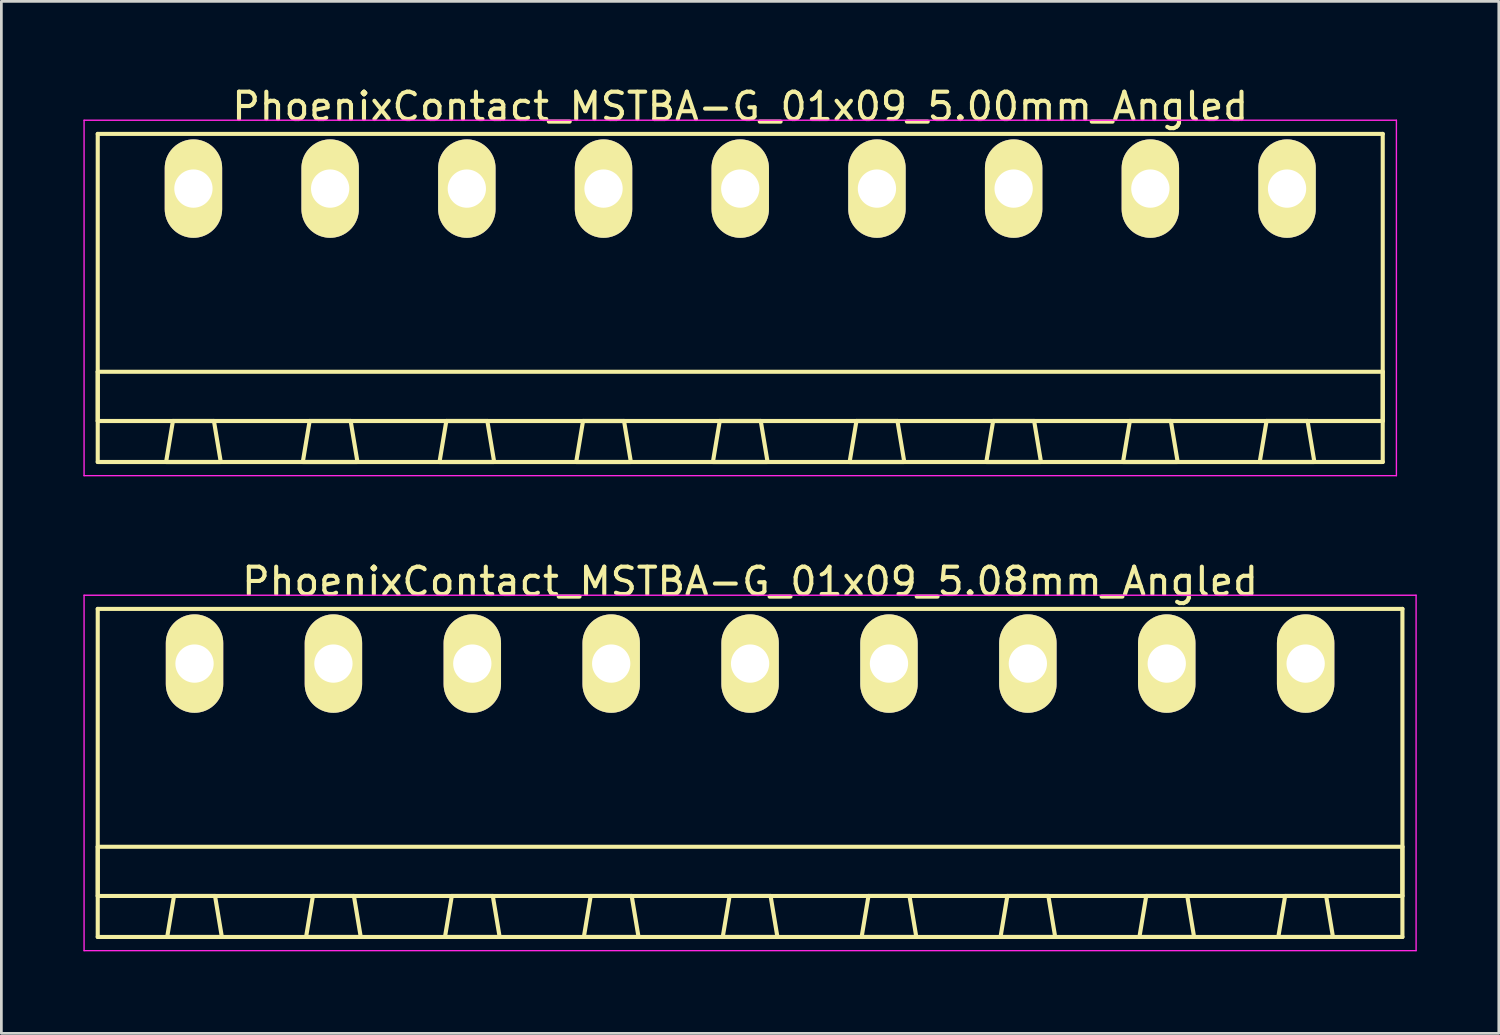
<source format=kicad_pcb>
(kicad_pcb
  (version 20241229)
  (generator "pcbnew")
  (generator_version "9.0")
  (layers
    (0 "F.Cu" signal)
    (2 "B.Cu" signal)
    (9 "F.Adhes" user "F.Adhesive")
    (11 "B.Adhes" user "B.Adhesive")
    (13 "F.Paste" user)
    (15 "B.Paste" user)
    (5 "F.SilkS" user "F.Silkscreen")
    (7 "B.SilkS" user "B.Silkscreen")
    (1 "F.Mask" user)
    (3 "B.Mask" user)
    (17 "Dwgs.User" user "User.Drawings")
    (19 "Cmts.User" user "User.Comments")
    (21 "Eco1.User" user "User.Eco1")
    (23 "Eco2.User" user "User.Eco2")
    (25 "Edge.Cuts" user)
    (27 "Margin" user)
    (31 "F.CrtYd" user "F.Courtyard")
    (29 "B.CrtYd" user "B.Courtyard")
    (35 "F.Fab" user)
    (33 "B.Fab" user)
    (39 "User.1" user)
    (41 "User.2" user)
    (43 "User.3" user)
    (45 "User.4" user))
  (footprint "PhoenixContact_MSTBA-G_01x09_5.08mm_Angled"
    (layer "F.Cu")
    (at 4.065 21.221)
    (property "Reference" "PhoenixContact_MSTBA-G_01x09_5.08mm_Angled" (at 20.32 -3 0) (layer "F.SilkS") (effects (font (size 1 1) (thickness 0.15))))
    (attr through_hole)
    (fp_line (start -3.54 -2) (end -3.54 10) (stroke (width 0.15) (type solid)) (layer "F.SilkS"))
    (fp_line (start -3.54 6.7) (end 44.18 6.7) (stroke (width 0.15) (type solid)) (layer "F.SilkS"))
    (fp_line (start -3.54 8.5) (end -3.54 6.7) (stroke (width 0.15) (type solid)) (layer "F.SilkS"))
    (fp_line (start -3.54 10) (end 44.18 10) (stroke (width 0.15) (type solid)) (layer "F.SilkS"))
    (fp_line (start -1 10) (end 1 10) (stroke (width 0.15) (type solid)) (layer "F.SilkS"))
    (fp_line (start -0.75 8.5) (end -1 10) (stroke (width 0.15) (type solid)) (layer "F.SilkS"))
    (fp_line (start 0.75 8.5) (end -0.75 8.5) (stroke (width 0.15) (type solid)) (layer "F.SilkS"))
    (fp_line (start 1 10) (end 0.75 8.5) (stroke (width 0.15) (type solid)) (layer "F.SilkS"))
    (fp_line (start 4.08 10) (end 6.08 10) (stroke (width 0.15) (type solid)) (layer "F.SilkS"))
    (fp_line (start 4.33 8.5) (end 4.08 10) (stroke (width 0.15) (type solid)) (layer "F.SilkS"))
    (fp_line (start 5.83 8.5) (end 4.33 8.5) (stroke (width 0.15) (type solid)) (layer "F.SilkS"))
    (fp_line (start 6.08 10) (end 5.83 8.5) (stroke (width 0.15) (type solid)) (layer "F.SilkS"))
    (fp_line (start 9.16 10) (end 11.16 10) (stroke (width 0.15) (type solid)) (layer "F.SilkS"))
    (fp_line (start 9.41 8.5) (end 9.16 10) (stroke (width 0.15) (type solid)) (layer "F.SilkS"))
    (fp_line (start 10.91 8.5) (end 9.41 8.5) (stroke (width 0.15) (type solid)) (layer "F.SilkS"))
    (fp_line (start 11.16 10) (end 10.91 8.5) (stroke (width 0.15) (type solid)) (layer "F.SilkS"))
    (fp_line (start 14.24 10) (end 16.24 10) (stroke (width 0.15) (type solid)) (layer "F.SilkS"))
    (fp_line (start 14.49 8.5) (end 14.24 10) (stroke (width 0.15) (type solid)) (layer "F.SilkS"))
    (fp_line (start 15.99 8.5) (end 14.49 8.5) (stroke (width 0.15) (type solid)) (layer "F.SilkS"))
    (fp_line (start 16.24 10) (end 15.99 8.5) (stroke (width 0.15) (type solid)) (layer "F.SilkS"))
    (fp_line (start 19.32 10) (end 21.32 10) (stroke (width 0.15) (type solid)) (layer "F.SilkS"))
    (fp_line (start 19.57 8.5) (end 19.32 10) (stroke (width 0.15) (type solid)) (layer "F.SilkS"))
    (fp_line (start 21.07 8.5) (end 19.57 8.5) (stroke (width 0.15) (type solid)) (layer "F.SilkS"))
    (fp_line (start 21.32 10) (end 21.07 8.5) (stroke (width 0.15) (type solid)) (layer "F.SilkS"))
    (fp_line (start 24.4 10) (end 26.4 10) (stroke (width 0.15) (type solid)) (layer "F.SilkS"))
    (fp_line (start 24.65 8.5) (end 24.4 10) (stroke (width 0.15) (type solid)) (layer "F.SilkS"))
    (fp_line (start 26.15 8.5) (end 24.65 8.5) (stroke (width 0.15) (type solid)) (layer "F.SilkS"))
    (fp_line (start 26.4 10) (end 26.15 8.5) (stroke (width 0.15) (type solid)) (layer "F.SilkS"))
    (fp_line (start 29.48 10) (end 31.48 10) (stroke (width 0.15) (type solid)) (layer "F.SilkS"))
    (fp_line (start 29.73 8.5) (end 29.48 10) (stroke (width 0.15) (type solid)) (layer "F.SilkS"))
    (fp_line (start 31.23 8.5) (end 29.73 8.5) (stroke (width 0.15) (type solid)) (layer "F.SilkS"))
    (fp_line (start 31.48 10) (end 31.23 8.5) (stroke (width 0.15) (type solid)) (layer "F.SilkS"))
    (fp_line (start 34.56 10) (end 36.56 10) (stroke (width 0.15) (type solid)) (layer "F.SilkS"))
    (fp_line (start 34.81 8.5) (end 34.56 10) (stroke (width 0.15) (type solid)) (layer "F.SilkS"))
    (fp_line (start 36.31 8.5) (end 34.81 8.5) (stroke (width 0.15) (type solid)) (layer "F.SilkS"))
    (fp_line (start 36.56 10) (end 36.31 8.5) (stroke (width 0.15) (type solid)) (layer "F.SilkS"))
    (fp_line (start 39.64 10) (end 41.64 10) (stroke (width 0.15) (type solid)) (layer "F.SilkS"))
    (fp_line (start 39.89 8.5) (end 39.64 10) (stroke (width 0.15) (type solid)) (layer "F.SilkS"))
    (fp_line (start 41.39 8.5) (end 39.89 8.5) (stroke (width 0.15) (type solid)) (layer "F.SilkS"))
    (fp_line (start 41.64 10) (end 41.39 8.5) (stroke (width 0.15) (type solid)) (layer "F.SilkS"))
    (fp_line (start 44.18 -2) (end -3.54 -2) (stroke (width 0.15) (type solid)) (layer "F.SilkS"))
    (fp_line (start 44.18 6.7) (end 44.18 8.5) (stroke (width 0.15) (type solid)) (layer "F.SilkS"))
    (fp_line (start 44.18 8.5) (end -3.54 8.5) (stroke (width 0.15) (type solid)) (layer "F.SilkS"))
    (fp_line (start 44.18 10) (end 44.18 -2) (stroke (width 0.15) (type solid)) (layer "F.SilkS"))
    (fp_line (start -4.04 -2.5) (end -4.04 10.5) (stroke (width 0.05) (type solid)) (layer "F.CrtYd"))
    (fp_line (start -4.04 10.5) (end 44.68 10.5) (stroke (width 0.05) (type solid)) (layer "F.CrtYd"))
    (fp_line (start 44.68 -2.5) (end -4.04 -2.5) (stroke (width 0.05) (type solid)) (layer "F.CrtYd"))
    (fp_line (start 44.68 10.5) (end 44.68 -2.5) (stroke (width 0.05) (type solid)) (layer "F.CrtYd"))
    (pad "1" thru_hole oval (at 0 0) (size 2.1 3.6) (drill 1.4) (layers "*.Cu" "*.Mask" "F.SilkS"))
    (pad "2" thru_hole oval (at 5.08 0) (size 2.1 3.6) (drill 1.4) (layers "*.Cu" "*.Mask" "F.SilkS"))
    (pad "3" thru_hole oval (at 10.16 0) (size 2.1 3.6) (drill 1.4) (layers "*.Cu" "*.Mask" "F.SilkS"))
    (pad "4" thru_hole oval (at 15.24 0) (size 2.1 3.6) (drill 1.4) (layers "*.Cu" "*.Mask" "F.SilkS"))
    (pad "5" thru_hole oval (at 20.32 0) (size 2.1 3.6) (drill 1.4) (layers "*.Cu" "*.Mask" "F.SilkS"))
    (pad "6" thru_hole oval (at 25.4 0) (size 2.1 3.6) (drill 1.4) (layers "*.Cu" "*.Mask" "F.SilkS"))
    (pad "7" thru_hole oval (at 30.48 0) (size 2.1 3.6) (drill 1.4) (layers "*.Cu" "*.Mask" "F.SilkS"))
    (pad "8" thru_hole oval (at 35.56 0) (size 2.1 3.6) (drill 1.4) (layers "*.Cu" "*.Mask" "F.SilkS"))
    (pad "9" thru_hole oval (at 40.64 0) (size 2.1 3.6) (drill 1.4) (layers "*.Cu" "*.Mask" "F.SilkS")))
  (footprint "PhoenixContact_MSTBA-G_01x09_5.00mm_Angled"
    (layer "F.Cu")
    (at 4.025 3.848)
    (property "Reference" "PhoenixContact_MSTBA-G_01x09_5.00mm_Angled" (at 20 -3 0) (layer "F.SilkS") (effects (font (size 1 1) (thickness 0.15))))
    (attr through_hole)
    (fp_line (start -3.5 -2) (end -3.5 10) (stroke (width 0.15) (type solid)) (layer "F.SilkS"))
    (fp_line (start -3.5 6.7) (end 43.5 6.7) (stroke (width 0.15) (type solid)) (layer "F.SilkS"))
    (fp_line (start -3.5 8.5) (end -3.5 6.7) (stroke (width 0.15) (type solid)) (layer "F.SilkS"))
    (fp_line (start -3.5 10) (end 43.5 10) (stroke (width 0.15) (type solid)) (layer "F.SilkS"))
    (fp_line (start -1 10) (end 1 10) (stroke (width 0.15) (type solid)) (layer "F.SilkS"))
    (fp_line (start -0.75 8.5) (end -1 10) (stroke (width 0.15) (type solid)) (layer "F.SilkS"))
    (fp_line (start 0.75 8.5) (end -0.75 8.5) (stroke (width 0.15) (type solid)) (layer "F.SilkS"))
    (fp_line (start 1 10) (end 0.75 8.5) (stroke (width 0.15) (type solid)) (layer "F.SilkS"))
    (fp_line (start 4 10) (end 6 10) (stroke (width 0.15) (type solid)) (layer "F.SilkS"))
    (fp_line (start 4.25 8.5) (end 4 10) (stroke (width 0.15) (type solid)) (layer "F.SilkS"))
    (fp_line (start 5.75 8.5) (end 4.25 8.5) (stroke (width 0.15) (type solid)) (layer "F.SilkS"))
    (fp_line (start 6 10) (end 5.75 8.5) (stroke (width 0.15) (type solid)) (layer "F.SilkS"))
    (fp_line (start 9 10) (end 11 10) (stroke (width 0.15) (type solid)) (layer "F.SilkS"))
    (fp_line (start 9.25 8.5) (end 9 10) (stroke (width 0.15) (type solid)) (layer "F.SilkS"))
    (fp_line (start 10.75 8.5) (end 9.25 8.5) (stroke (width 0.15) (type solid)) (layer "F.SilkS"))
    (fp_line (start 11 10) (end 10.75 8.5) (stroke (width 0.15) (type solid)) (layer "F.SilkS"))
    (fp_line (start 14 10) (end 16 10) (stroke (width 0.15) (type solid)) (layer "F.SilkS"))
    (fp_line (start 14.25 8.5) (end 14 10) (stroke (width 0.15) (type solid)) (layer "F.SilkS"))
    (fp_line (start 15.75 8.5) (end 14.25 8.5) (stroke (width 0.15) (type solid)) (layer "F.SilkS"))
    (fp_line (start 16 10) (end 15.75 8.5) (stroke (width 0.15) (type solid)) (layer "F.SilkS"))
    (fp_line (start 19 10) (end 21 10) (stroke (width 0.15) (type solid)) (layer "F.SilkS"))
    (fp_line (start 19.25 8.5) (end 19 10) (stroke (width 0.15) (type solid)) (layer "F.SilkS"))
    (fp_line (start 20.75 8.5) (end 19.25 8.5) (stroke (width 0.15) (type solid)) (layer "F.SilkS"))
    (fp_line (start 21 10) (end 20.75 8.5) (stroke (width 0.15) (type solid)) (layer "F.SilkS"))
    (fp_line (start 24 10) (end 26 10) (stroke (width 0.15) (type solid)) (layer "F.SilkS"))
    (fp_line (start 24.25 8.5) (end 24 10) (stroke (width 0.15) (type solid)) (layer "F.SilkS"))
    (fp_line (start 25.75 8.5) (end 24.25 8.5) (stroke (width 0.15) (type solid)) (layer "F.SilkS"))
    (fp_line (start 26 10) (end 25.75 8.5) (stroke (width 0.15) (type solid)) (layer "F.SilkS"))
    (fp_line (start 29 10) (end 31 10) (stroke (width 0.15) (type solid)) (layer "F.SilkS"))
    (fp_line (start 29.25 8.5) (end 29 10) (stroke (width 0.15) (type solid)) (layer "F.SilkS"))
    (fp_line (start 30.75 8.5) (end 29.25 8.5) (stroke (width 0.15) (type solid)) (layer "F.SilkS"))
    (fp_line (start 31 10) (end 30.75 8.5) (stroke (width 0.15) (type solid)) (layer "F.SilkS"))
    (fp_line (start 34 10) (end 36 10) (stroke (width 0.15) (type solid)) (layer "F.SilkS"))
    (fp_line (start 34.25 8.5) (end 34 10) (stroke (width 0.15) (type solid)) (layer "F.SilkS"))
    (fp_line (start 35.75 8.5) (end 34.25 8.5) (stroke (width 0.15) (type solid)) (layer "F.SilkS"))
    (fp_line (start 36 10) (end 35.75 8.5) (stroke (width 0.15) (type solid)) (layer "F.SilkS"))
    (fp_line (start 39 10) (end 41 10) (stroke (width 0.15) (type solid)) (layer "F.SilkS"))
    (fp_line (start 39.25 8.5) (end 39 10) (stroke (width 0.15) (type solid)) (layer "F.SilkS"))
    (fp_line (start 40.75 8.5) (end 39.25 8.5) (stroke (width 0.15) (type solid)) (layer "F.SilkS"))
    (fp_line (start 41 10) (end 40.75 8.5) (stroke (width 0.15) (type solid)) (layer "F.SilkS"))
    (fp_line (start 43.5 -2) (end -3.5 -2) (stroke (width 0.15) (type solid)) (layer "F.SilkS"))
    (fp_line (start 43.5 6.7) (end 43.5 8.5) (stroke (width 0.15) (type solid)) (layer "F.SilkS"))
    (fp_line (start 43.5 8.5) (end -3.5 8.5) (stroke (width 0.15) (type solid)) (layer "F.SilkS"))
    (fp_line (start 43.5 10) (end 43.5 -2) (stroke (width 0.15) (type solid)) (layer "F.SilkS"))
    (fp_line (start -4 -2.5) (end -4 10.5) (stroke (width 0.05) (type solid)) (layer "F.CrtYd"))
    (fp_line (start -4 10.5) (end 44 10.5) (stroke (width 0.05) (type solid)) (layer "F.CrtYd"))
    (fp_line (start 44 -2.5) (end -4 -2.5) (stroke (width 0.05) (type solid)) (layer "F.CrtYd"))
    (fp_line (start 44 10.5) (end 44 -2.5) (stroke (width 0.05) (type solid)) (layer "F.CrtYd"))
    (pad "1" thru_hole oval (at 0 0) (size 2.1 3.6) (drill 1.4) (layers "*.Cu" "*.Mask" "F.SilkS"))
    (pad "2" thru_hole oval (at 5 0) (size 2.1 3.6) (drill 1.4) (layers "*.Cu" "*.Mask" "F.SilkS"))
    (pad "3" thru_hole oval (at 10 0) (size 2.1 3.6) (drill 1.4) (layers "*.Cu" "*.Mask" "F.SilkS"))
    (pad "4" thru_hole oval (at 15 0) (size 2.1 3.6) (drill 1.4) (layers "*.Cu" "*.Mask" "F.SilkS"))
    (pad "5" thru_hole oval (at 20 0) (size 2.1 3.6) (drill 1.4) (layers "*.Cu" "*.Mask" "F.SilkS"))
    (pad "6" thru_hole oval (at 25 0) (size 2.1 3.6) (drill 1.4) (layers "*.Cu" "*.Mask" "F.SilkS"))
    (pad "7" thru_hole oval (at 30 0) (size 2.1 3.6) (drill 1.4) (layers "*.Cu" "*.Mask" "F.SilkS"))
    (pad "8" thru_hole oval (at 35 0) (size 2.1 3.6) (drill 1.4) (layers "*.Cu" "*.Mask" "F.SilkS"))
    (pad "9" thru_hole oval (at 40 0) (size 2.1 3.6) (drill 1.4) (layers "*.Cu" "*.Mask" "F.SilkS")))
  (gr_rect
    (start -3 -3)
    (end 51.77 34.746)
    (stroke (width 0.1) (type default))
    (fill no)
    (layer "Edge.Cuts")))
</source>
